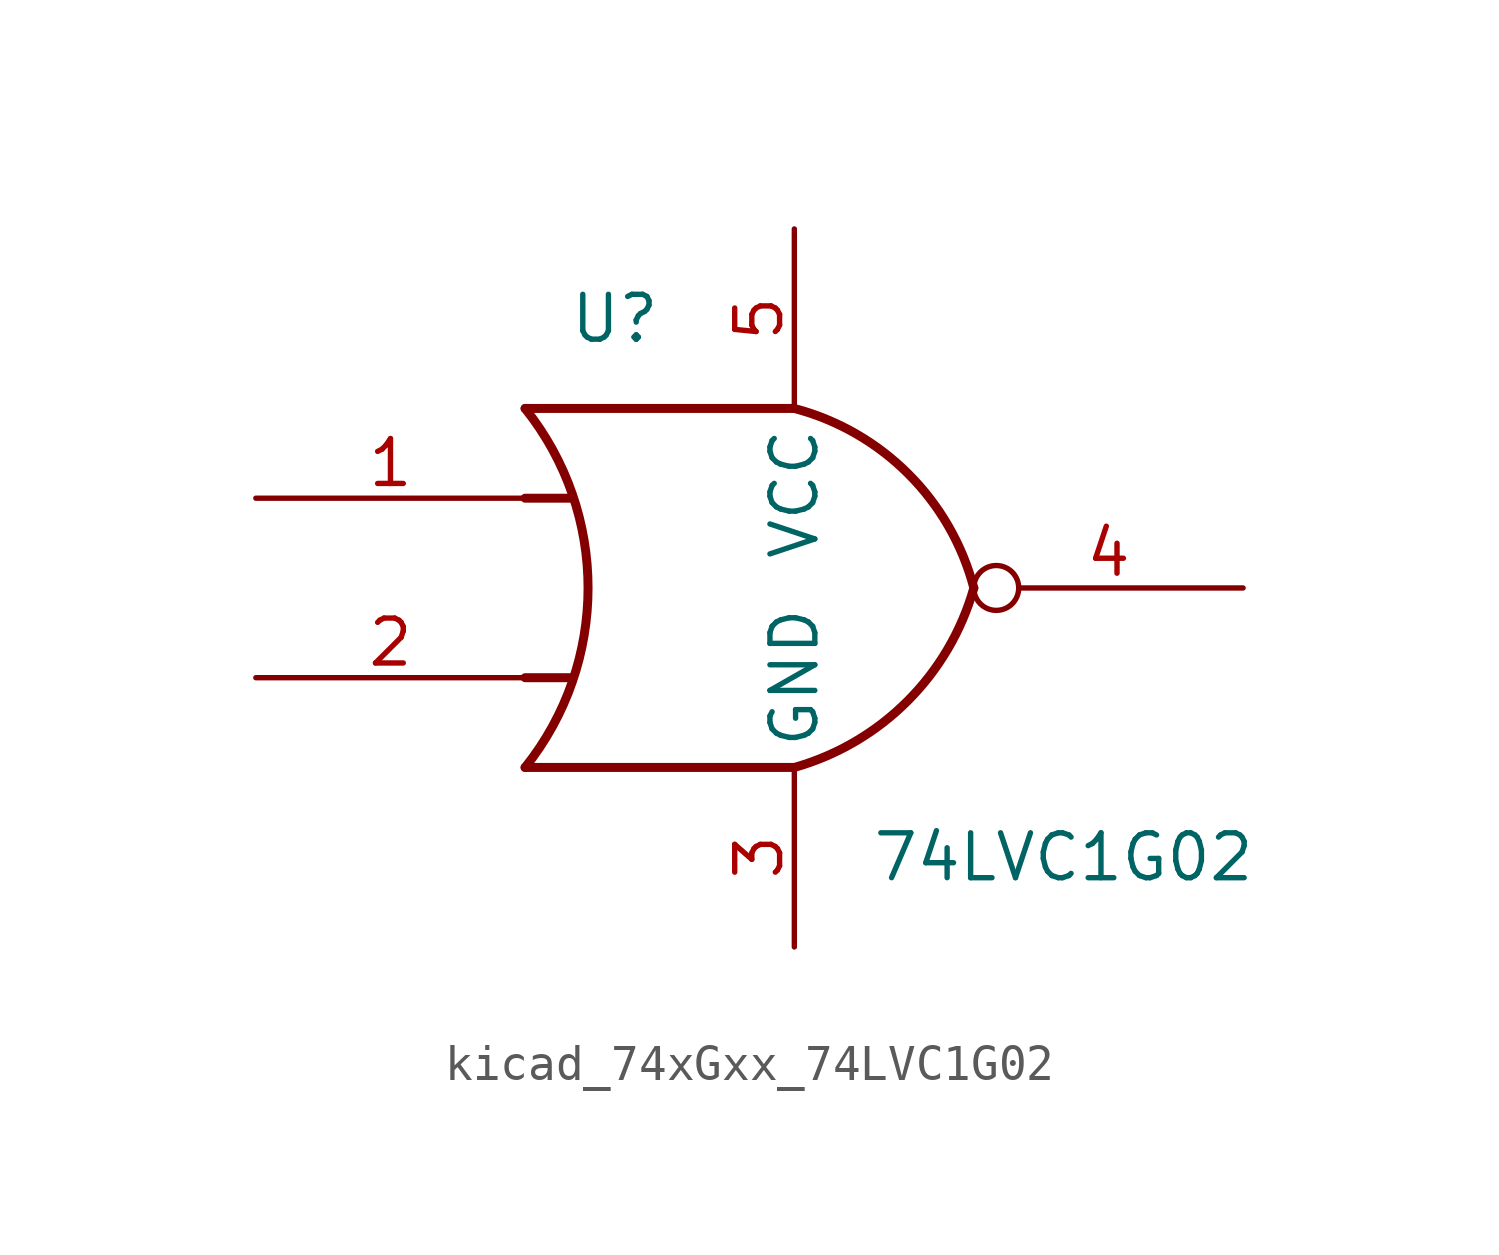
<source format=kicad_sym>
(kicad_symbol_lib
  (version 20220914)
  (generator kicad_symbol_editor)
  (symbol "kicad_74xGxx_74LVC1G02"
    (property "Reference" "U"
      (at -5.08 7.62 0)
      (effects (font (size 1.27 1.27))))
    (property "Value" "74LVC1G02"
      (at 7.62 -7.62 0)
      (effects (font (size 1.27 1.27))))
    (symbol "kicad_74xGxx_74LVC1G02_0_1"
      (arc (start -7.62 -5.08) (mid -5.838 0) (end -7.62 5.08) (stroke (width 0.254) (type default)) (fill (type none)))
      (arc (start 0 -5.08) (mid 3.1986 -3.2054) (end 5.08 0) (stroke (width 0.254) (type default)) (fill (type none)))
      (polyline (pts (xy -7.62 -2.54) (xy -6.35 -2.54)) (stroke (width 0.254) (type default)) (fill (type background)))
      (polyline (pts (xy -7.62 2.54) (xy -6.35 2.54)) (stroke (width 0.254) (type default)) (fill (type background)))
      (polyline (pts (xy 0 -5.08) (xy -7.62 -5.08)) (stroke (width 0.254) (type default)) (fill (type background)))
      (polyline (pts (xy 0 5.08) (xy -7.62 5.08)) (stroke (width 0.254) (type default)) (fill (type background)))
      (arc (start 5.08 0) (mid 3.2238 3.2304) (end 0 5.08) (stroke (width 0.254) (type default)) (fill (type none))))
    (symbol "kicad_74xGxx_74LVC1G02_1_1"
      (pin input line (at -15.24 2.54 0) (length 7.62) (name "~" (effects (font (size 1.27 1.27)))) (number "1" (effects (font (size 1.27 1.27)))))
      (pin input line (at -15.24 -2.54 0) (length 7.62) (name "~" (effects (font (size 1.27 1.27)))) (number "2" (effects (font (size 1.27 1.27)))))
      (pin power_in line (at 0 -10.16 90) (length 5.08) (name "GND" (effects (font (size 1.27 1.27)))) (number "3" (effects (font (size 1.27 1.27)))))
      (pin output inverted (at 12.7 0 180) (length 7.62) (name "~" (effects (font (size 1.27 1.27)))) (number "4" (effects (font (size 1.27 1.27)))))
      (pin power_in line (at 0 10.16 270) (length 5.08) (name "VCC" (effects (font (size 1.27 1.27)))) (number "5" (effects (font (size 1.27 1.27))))))))
</source>
